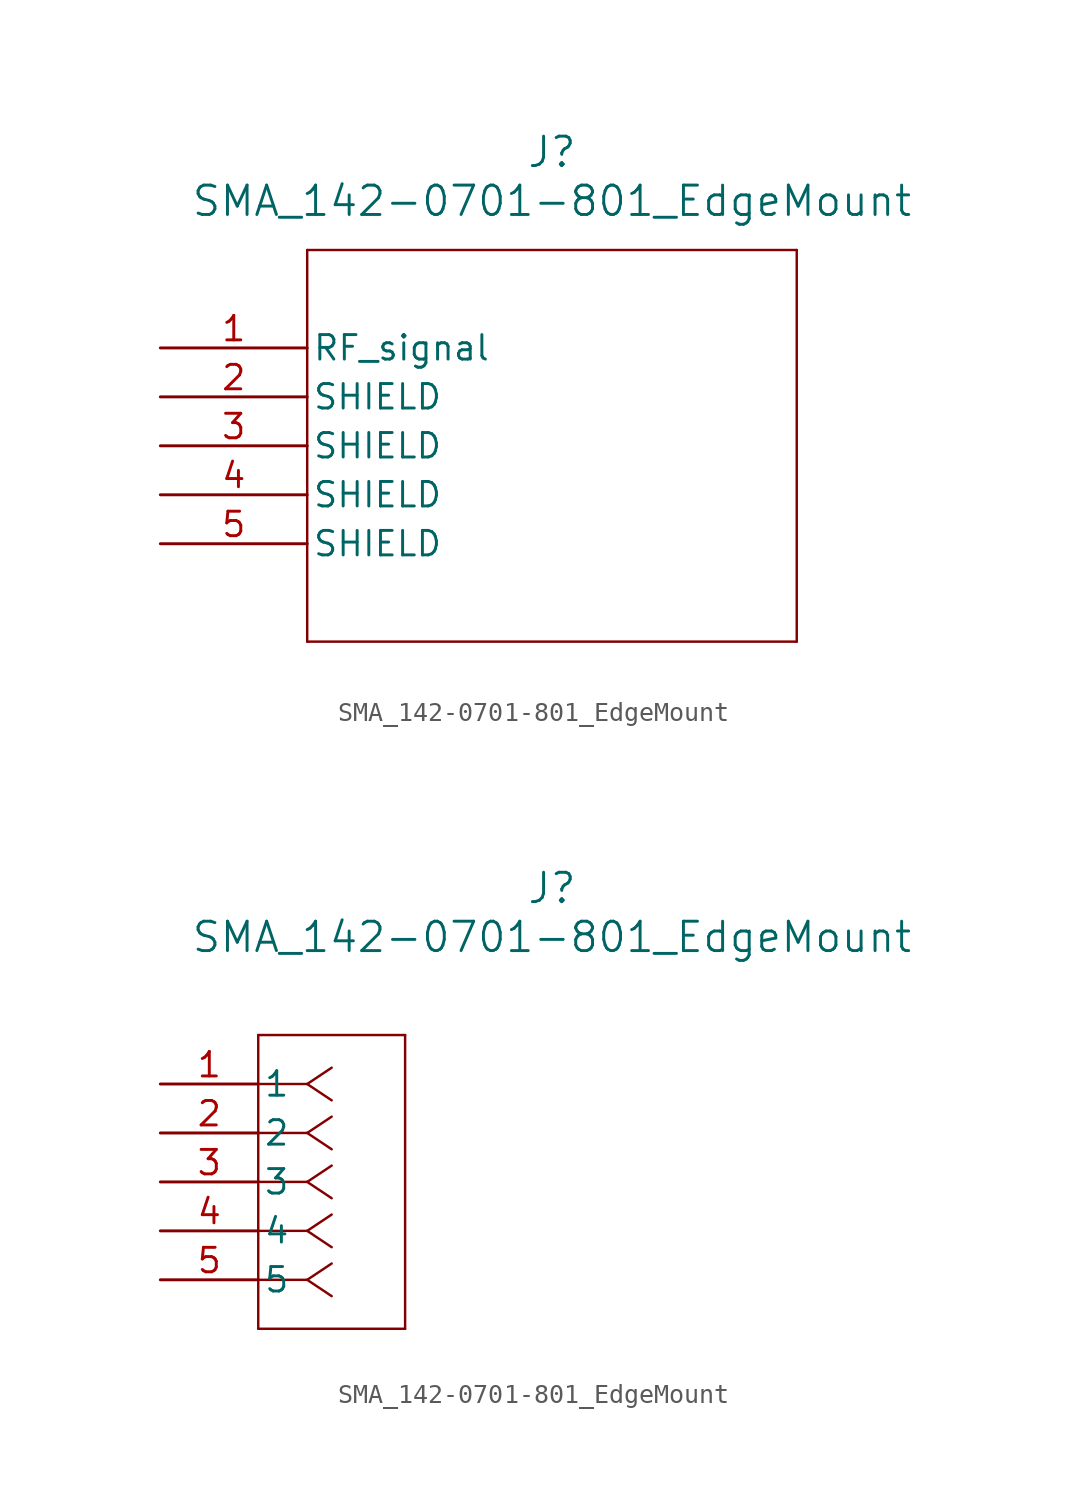
<source format=kicad_sym>
(kicad_symbol_lib
  (version 20220914)
  (generator kicad_symbol_editor)
  (symbol "SMA_142-0701-801_EdgeMount"
    (pin_names
      (offset 0.254))
    (property "Reference" "J"
      (at 20.32 10.16 0)
      (effects (font (size 1.524 1.524))))
    (property "Value" "SMA_142-0701-801_EdgeMount"
      (at 20.32 7.62 0)
      (effects (font (size 1.524 1.524))))
    (symbol "SMA_142-0701-801_EdgeMount_1_1"
      (polyline (pts (xy 7.62 -15.24) (xy 33.02 -15.24)) (stroke (width 0.127) (type default)) (fill (type none)))
      (polyline (pts (xy 7.62 5.08) (xy 7.62 -15.24)) (stroke (width 0.127) (type default)) (fill (type none)))
      (polyline (pts (xy 33.02 -15.24) (xy 33.02 5.08)) (stroke (width 0.127) (type default)) (fill (type none)))
      (polyline (pts (xy 33.02 5.08) (xy 7.62 5.08)) (stroke (width 0.127) (type default)) (fill (type none)))
      (pin bidirectional line (at 0 0 0) (length 7.62) (name "RF_signal" (effects (font (size 1.27 1.27)))) (number "1" (effects (font (size 1.27 1.27)))))
      (pin passive line (at 0 -2.54 0) (length 7.62) (name "SHIELD" (effects (font (size 1.27 1.27)))) (number "2" (effects (font (size 1.27 1.27)))))
      (pin passive line (at 0 -5.08 0) (length 7.62) (name "SHIELD" (effects (font (size 1.27 1.27)))) (number "3" (effects (font (size 1.27 1.27)))))
      (pin passive line (at 0 -7.62 0) (length 7.62) (name "SHIELD" (effects (font (size 1.27 1.27)))) (number "4" (effects (font (size 1.27 1.27)))))
      (pin passive line (at 0 -10.16 0) (length 7.62) (name "SHIELD" (effects (font (size 1.27 1.27)))) (number "5" (effects (font (size 1.27 1.27))))))
    (symbol "SMA_142-0701-801_EdgeMount_1_2"
      (polyline (pts (xy 5.08 -12.7) (xy 12.7 -12.7)) (stroke (width 0.127) (type default)) (fill (type none)))
      (polyline (pts (xy 5.08 2.54) (xy 5.08 -12.7)) (stroke (width 0.127) (type default)) (fill (type none)))
      (polyline (pts (xy 7.62 -10.16) (xy 5.08 -10.16)) (stroke (width 0.127) (type default)) (fill (type none)))
      (polyline (pts (xy 7.62 -10.16) (xy 8.89 -11.007)) (stroke (width 0.127) (type default)) (fill (type none)))
      (polyline (pts (xy 7.62 -10.16) (xy 8.89 -9.313)) (stroke (width 0.127) (type default)) (fill (type none)))
      (polyline (pts (xy 7.62 -7.62) (xy 5.08 -7.62)) (stroke (width 0.127) (type default)) (fill (type none)))
      (polyline (pts (xy 7.62 -7.62) (xy 8.89 -8.467)) (stroke (width 0.127) (type default)) (fill (type none)))
      (polyline (pts (xy 7.62 -7.62) (xy 8.89 -6.773)) (stroke (width 0.127) (type default)) (fill (type none)))
      (polyline (pts (xy 7.62 -5.08) (xy 5.08 -5.08)) (stroke (width 0.127) (type default)) (fill (type none)))
      (polyline (pts (xy 7.62 -5.08) (xy 8.89 -5.927)) (stroke (width 0.127) (type default)) (fill (type none)))
      (polyline (pts (xy 7.62 -5.08) (xy 8.89 -4.233)) (stroke (width 0.127) (type default)) (fill (type none)))
      (polyline (pts (xy 7.62 -2.54) (xy 5.08 -2.54)) (stroke (width 0.127) (type default)) (fill (type none)))
      (polyline (pts (xy 7.62 -2.54) (xy 8.89 -3.387)) (stroke (width 0.127) (type default)) (fill (type none)))
      (polyline (pts (xy 7.62 -2.54) (xy 8.89 -1.693)) (stroke (width 0.127) (type default)) (fill (type none)))
      (polyline (pts (xy 7.62 0) (xy 5.08 0)) (stroke (width 0.127) (type default)) (fill (type none)))
      (polyline (pts (xy 7.62 0) (xy 8.89 -0.847)) (stroke (width 0.127) (type default)) (fill (type none)))
      (polyline (pts (xy 7.62 0) (xy 8.89 0.847)) (stroke (width 0.127) (type default)) (fill (type none)))
      (polyline (pts (xy 12.7 -12.7) (xy 12.7 2.54)) (stroke (width 0.127) (type default)) (fill (type none)))
      (polyline (pts (xy 12.7 2.54) (xy 5.08 2.54)) (stroke (width 0.127) (type default)) (fill (type none)))
      (pin unspecified line (at 0 0 0) (length 5.08) (name "1" (effects (font (size 1.27 1.27)))) (number "1" (effects (font (size 1.27 1.27)))))
      (pin unspecified line (at 0 -2.54 0) (length 5.08) (name "2" (effects (font (size 1.27 1.27)))) (number "2" (effects (font (size 1.27 1.27)))))
      (pin unspecified line (at 0 -5.08 0) (length 5.08) (name "3" (effects (font (size 1.27 1.27)))) (number "3" (effects (font (size 1.27 1.27)))))
      (pin unspecified line (at 0 -7.62 0) (length 5.08) (name "4" (effects (font (size 1.27 1.27)))) (number "4" (effects (font (size 1.27 1.27)))))
      (pin unspecified line (at 0 -10.16 0) (length 5.08) (name "5" (effects (font (size 1.27 1.27)))) (number "5" (effects (font (size 1.27 1.27))))))))
</source>
